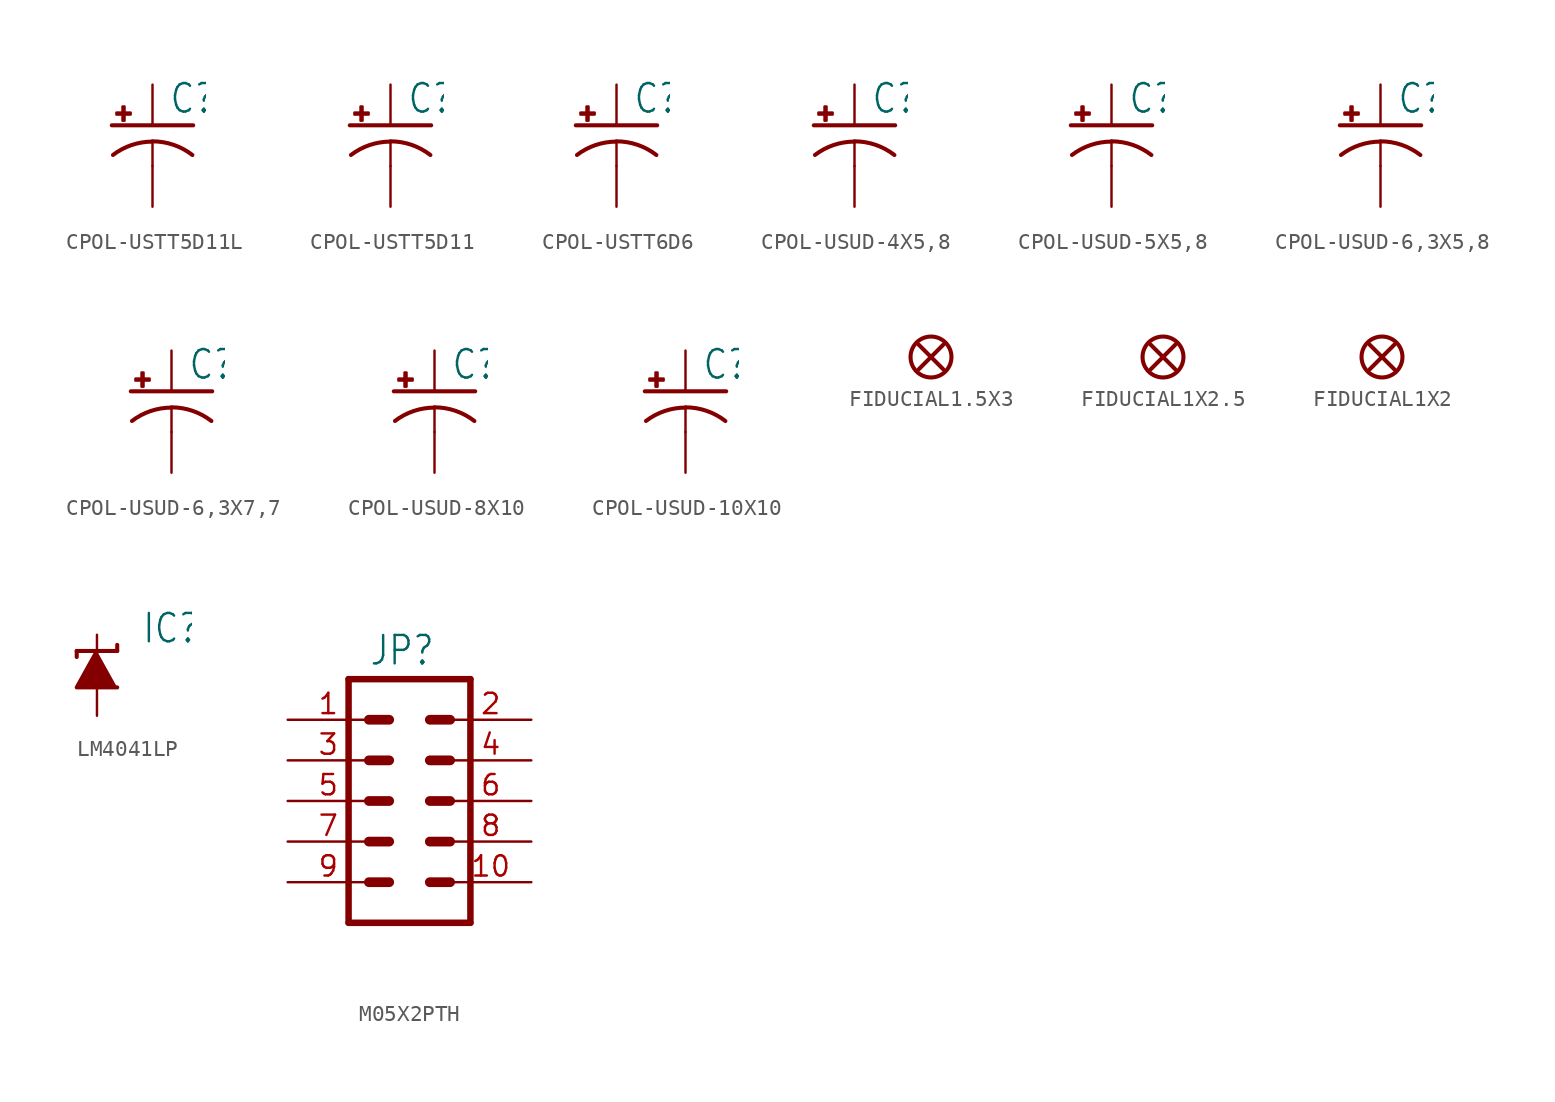
<source format=kicad_sym>
(kicad_symbol_lib
  (version 20231120)
  (generator "kicad_symbol_editor")
  (generator_version "8.0")
  (symbol "CPOL-USTT5D11L"
    (property "Reference" "C"
      (at 1.016 0.635 0)
      (effects (font (size 1.778 1.511)) (justify left bottom)))
    (property "Value" ""
      (at 1.016 -4.191 0)
      (effects (font (size 1.778 1.511)) (justify left bottom)))
    (property "ki_locked" ""
      (at 0 0 0)
      (effects (font (size 1.27 1.27))))
    (symbol "CPOL-USTT5D11L_1_0"
      (rectangle (start -2.253 0.668) (end -1.364 0.795) (stroke (width 0) (type default)) (fill (type outline)))
      (rectangle (start -1.872 0.287) (end -1.745 1.176) (stroke (width 0) (type default)) (fill (type outline)))
      (arc (start 0 -1.0161) (mid -1.3021 -1.2303) (end -2.4669 -1.8504) (stroke (width 0.254) (type solid)) (fill (type none)))
      (polyline (pts (xy -2.54 0) (xy 2.54 0)) (stroke (width 0.254) (type solid)) (fill (type none)))
      (polyline (pts (xy 0 -1.016) (xy 0 -2.54)) (stroke (width 0.152) (type solid)) (fill (type none)))
      (arc (start 2.4892 -1.8541) (mid 1.3158 -1.2194) (end 0 -1) (stroke (width 0.254) (type solid)) (fill (type none)))
      (pin passive line (at 0 2.54 270) (length 2.54) (name "+" (effects (font (size 0 0)))) (number "+" (effects (font (size 0 0)))))
      (pin passive line (at 0 -5.08 90) (length 2.54) (name "-" (effects (font (size 0 0)))) (number "-" (effects (font (size 0 0)))))))
  (symbol "CPOL-USTT5D11"
    (property "Reference" "C"
      (at 1.016 0.635 0)
      (effects (font (size 1.778 1.511)) (justify left bottom)))
    (property "Value" ""
      (at 1.016 -4.191 0)
      (effects (font (size 1.778 1.511)) (justify left bottom)))
    (property "ki_locked" ""
      (at 0 0 0)
      (effects (font (size 1.27 1.27))))
    (symbol "CPOL-USTT5D11_1_0"
      (rectangle (start -2.253 0.668) (end -1.364 0.795) (stroke (width 0) (type default)) (fill (type outline)))
      (rectangle (start -1.872 0.287) (end -1.745 1.176) (stroke (width 0) (type default)) (fill (type outline)))
      (arc (start 0 -1.0161) (mid -1.3021 -1.2303) (end -2.4669 -1.8504) (stroke (width 0.254) (type solid)) (fill (type none)))
      (polyline (pts (xy -2.54 0) (xy 2.54 0)) (stroke (width 0.254) (type solid)) (fill (type none)))
      (polyline (pts (xy 0 -1.016) (xy 0 -2.54)) (stroke (width 0.152) (type solid)) (fill (type none)))
      (arc (start 2.4892 -1.8541) (mid 1.3158 -1.2194) (end 0 -1) (stroke (width 0.254) (type solid)) (fill (type none)))
      (pin passive line (at 0 2.54 270) (length 2.54) (name "+" (effects (font (size 0 0)))) (number "+" (effects (font (size 0 0)))))
      (pin passive line (at 0 -5.08 90) (length 2.54) (name "-" (effects (font (size 0 0)))) (number "-" (effects (font (size 0 0)))))))
  (symbol "CPOL-USTT6D6"
    (property "Reference" "C"
      (at 1.016 0.635 0)
      (effects (font (size 1.778 1.511)) (justify left bottom)))
    (property "Value" ""
      (at 1.016 -4.191 0)
      (effects (font (size 1.778 1.511)) (justify left bottom)))
    (property "ki_locked" ""
      (at 0 0 0)
      (effects (font (size 1.27 1.27))))
    (symbol "CPOL-USTT6D6_1_0"
      (rectangle (start -2.253 0.668) (end -1.364 0.795) (stroke (width 0) (type default)) (fill (type outline)))
      (rectangle (start -1.872 0.287) (end -1.745 1.176) (stroke (width 0) (type default)) (fill (type outline)))
      (arc (start 0 -1.0161) (mid -1.3021 -1.2303) (end -2.4669 -1.8504) (stroke (width 0.254) (type solid)) (fill (type none)))
      (polyline (pts (xy -2.54 0) (xy 2.54 0)) (stroke (width 0.254) (type solid)) (fill (type none)))
      (polyline (pts (xy 0 -1.016) (xy 0 -2.54)) (stroke (width 0.152) (type solid)) (fill (type none)))
      (arc (start 2.4892 -1.8541) (mid 1.3158 -1.2194) (end 0 -1) (stroke (width 0.254) (type solid)) (fill (type none)))
      (pin passive line (at 0 2.54 270) (length 2.54) (name "+" (effects (font (size 0 0)))) (number "+" (effects (font (size 0 0)))))
      (pin passive line (at 0 -5.08 90) (length 2.54) (name "-" (effects (font (size 0 0)))) (number "-" (effects (font (size 0 0)))))))
  (symbol "CPOL-USUD-4X5,8"
    (property "Reference" "C"
      (at 1.016 0.635 0)
      (effects (font (size 1.778 1.511)) (justify left bottom)))
    (property "Value" ""
      (at 1.016 -4.191 0)
      (effects (font (size 1.778 1.511)) (justify left bottom)))
    (property "ki_locked" ""
      (at 0 0 0)
      (effects (font (size 1.27 1.27))))
    (symbol "CPOL-USUD-4X5,8_1_0"
      (rectangle (start -2.253 0.668) (end -1.364 0.795) (stroke (width 0) (type default)) (fill (type outline)))
      (rectangle (start -1.872 0.287) (end -1.745 1.176) (stroke (width 0) (type default)) (fill (type outline)))
      (arc (start 0 -1.0161) (mid -1.3021 -1.2303) (end -2.4669 -1.8504) (stroke (width 0.254) (type solid)) (fill (type none)))
      (polyline (pts (xy -2.54 0) (xy 2.54 0)) (stroke (width 0.254) (type solid)) (fill (type none)))
      (polyline (pts (xy 0 -1.016) (xy 0 -2.54)) (stroke (width 0.152) (type solid)) (fill (type none)))
      (arc (start 2.4892 -1.8541) (mid 1.3158 -1.2194) (end 0 -1) (stroke (width 0.254) (type solid)) (fill (type none)))
      (pin passive line (at 0 2.54 270) (length 2.54) (name "+" (effects (font (size 0 0)))) (number "+" (effects (font (size 0 0)))))
      (pin passive line (at 0 -5.08 90) (length 2.54) (name "-" (effects (font (size 0 0)))) (number "-" (effects (font (size 0 0)))))))
  (symbol "CPOL-USUD-5X5,8"
    (property "Reference" "C"
      (at 1.016 0.635 0)
      (effects (font (size 1.778 1.511)) (justify left bottom)))
    (property "Value" ""
      (at 1.016 -4.191 0)
      (effects (font (size 1.778 1.511)) (justify left bottom)))
    (property "ki_locked" ""
      (at 0 0 0)
      (effects (font (size 1.27 1.27))))
    (symbol "CPOL-USUD-5X5,8_1_0"
      (rectangle (start -2.253 0.668) (end -1.364 0.795) (stroke (width 0) (type default)) (fill (type outline)))
      (rectangle (start -1.872 0.287) (end -1.745 1.176) (stroke (width 0) (type default)) (fill (type outline)))
      (arc (start 0 -1.0161) (mid -1.3021 -1.2303) (end -2.4669 -1.8504) (stroke (width 0.254) (type solid)) (fill (type none)))
      (polyline (pts (xy -2.54 0) (xy 2.54 0)) (stroke (width 0.254) (type solid)) (fill (type none)))
      (polyline (pts (xy 0 -1.016) (xy 0 -2.54)) (stroke (width 0.152) (type solid)) (fill (type none)))
      (arc (start 2.4892 -1.8541) (mid 1.3158 -1.2194) (end 0 -1) (stroke (width 0.254) (type solid)) (fill (type none)))
      (pin passive line (at 0 2.54 270) (length 2.54) (name "+" (effects (font (size 0 0)))) (number "+" (effects (font (size 0 0)))))
      (pin passive line (at 0 -5.08 90) (length 2.54) (name "-" (effects (font (size 0 0)))) (number "-" (effects (font (size 0 0)))))))
  (symbol "CPOL-USUD-6,3X5,8"
    (property "Reference" "C"
      (at 1.016 0.635 0)
      (effects (font (size 1.778 1.511)) (justify left bottom)))
    (property "Value" ""
      (at 1.016 -4.191 0)
      (effects (font (size 1.778 1.511)) (justify left bottom)))
    (property "ki_locked" ""
      (at 0 0 0)
      (effects (font (size 1.27 1.27))))
    (symbol "CPOL-USUD-6,3X5,8_1_0"
      (rectangle (start -2.253 0.668) (end -1.364 0.795) (stroke (width 0) (type default)) (fill (type outline)))
      (rectangle (start -1.872 0.287) (end -1.745 1.176) (stroke (width 0) (type default)) (fill (type outline)))
      (arc (start 0 -1.0161) (mid -1.3021 -1.2303) (end -2.4669 -1.8504) (stroke (width 0.254) (type solid)) (fill (type none)))
      (polyline (pts (xy -2.54 0) (xy 2.54 0)) (stroke (width 0.254) (type solid)) (fill (type none)))
      (polyline (pts (xy 0 -1.016) (xy 0 -2.54)) (stroke (width 0.152) (type solid)) (fill (type none)))
      (arc (start 2.4892 -1.8541) (mid 1.3158 -1.2194) (end 0 -1) (stroke (width 0.254) (type solid)) (fill (type none)))
      (pin passive line (at 0 2.54 270) (length 2.54) (name "+" (effects (font (size 0 0)))) (number "+" (effects (font (size 0 0)))))
      (pin passive line (at 0 -5.08 90) (length 2.54) (name "-" (effects (font (size 0 0)))) (number "-" (effects (font (size 0 0)))))))
  (symbol "CPOL-USUD-6,3X7,7"
    (property "Reference" "C"
      (at 1.016 0.635 0)
      (effects (font (size 1.778 1.511)) (justify left bottom)))
    (property "Value" ""
      (at 1.016 -4.191 0)
      (effects (font (size 1.778 1.511)) (justify left bottom)))
    (property "ki_locked" ""
      (at 0 0 0)
      (effects (font (size 1.27 1.27))))
    (symbol "CPOL-USUD-6,3X7,7_1_0"
      (rectangle (start -2.253 0.668) (end -1.364 0.795) (stroke (width 0) (type default)) (fill (type outline)))
      (rectangle (start -1.872 0.287) (end -1.745 1.176) (stroke (width 0) (type default)) (fill (type outline)))
      (arc (start 0 -1.0161) (mid -1.3021 -1.2303) (end -2.4669 -1.8504) (stroke (width 0.254) (type solid)) (fill (type none)))
      (polyline (pts (xy -2.54 0) (xy 2.54 0)) (stroke (width 0.254) (type solid)) (fill (type none)))
      (polyline (pts (xy 0 -1.016) (xy 0 -2.54)) (stroke (width 0.152) (type solid)) (fill (type none)))
      (arc (start 2.4892 -1.8541) (mid 1.3158 -1.2194) (end 0 -1) (stroke (width 0.254) (type solid)) (fill (type none)))
      (pin passive line (at 0 2.54 270) (length 2.54) (name "+" (effects (font (size 0 0)))) (number "+" (effects (font (size 0 0)))))
      (pin passive line (at 0 -5.08 90) (length 2.54) (name "-" (effects (font (size 0 0)))) (number "-" (effects (font (size 0 0)))))))
  (symbol "CPOL-USUD-8X10"
    (property "Reference" "C"
      (at 1.016 0.635 0)
      (effects (font (size 1.778 1.511)) (justify left bottom)))
    (property "Value" ""
      (at 1.016 -4.191 0)
      (effects (font (size 1.778 1.511)) (justify left bottom)))
    (property "ki_locked" ""
      (at 0 0 0)
      (effects (font (size 1.27 1.27))))
    (symbol "CPOL-USUD-8X10_1_0"
      (rectangle (start -2.253 0.668) (end -1.364 0.795) (stroke (width 0) (type default)) (fill (type outline)))
      (rectangle (start -1.872 0.287) (end -1.745 1.176) (stroke (width 0) (type default)) (fill (type outline)))
      (arc (start 0 -1.0161) (mid -1.3021 -1.2303) (end -2.4669 -1.8504) (stroke (width 0.254) (type solid)) (fill (type none)))
      (polyline (pts (xy -2.54 0) (xy 2.54 0)) (stroke (width 0.254) (type solid)) (fill (type none)))
      (polyline (pts (xy 0 -1.016) (xy 0 -2.54)) (stroke (width 0.152) (type solid)) (fill (type none)))
      (arc (start 2.4892 -1.8541) (mid 1.3158 -1.2194) (end 0 -1) (stroke (width 0.254) (type solid)) (fill (type none)))
      (pin passive line (at 0 2.54 270) (length 2.54) (name "+" (effects (font (size 0 0)))) (number "+" (effects (font (size 0 0)))))
      (pin passive line (at 0 -5.08 90) (length 2.54) (name "-" (effects (font (size 0 0)))) (number "-" (effects (font (size 0 0)))))))
  (symbol "CPOL-USUD-10X10"
    (property "Reference" "C"
      (at 1.016 0.635 0)
      (effects (font (size 1.778 1.511)) (justify left bottom)))
    (property "Value" ""
      (at 1.016 -4.191 0)
      (effects (font (size 1.778 1.511)) (justify left bottom)))
    (property "ki_locked" ""
      (at 0 0 0)
      (effects (font (size 1.27 1.27))))
    (symbol "CPOL-USUD-10X10_1_0"
      (rectangle (start -2.253 0.668) (end -1.364 0.795) (stroke (width 0) (type default)) (fill (type outline)))
      (rectangle (start -1.872 0.287) (end -1.745 1.176) (stroke (width 0) (type default)) (fill (type outline)))
      (arc (start 0 -1.0161) (mid -1.3021 -1.2303) (end -2.4669 -1.8504) (stroke (width 0.254) (type solid)) (fill (type none)))
      (polyline (pts (xy -2.54 0) (xy 2.54 0)) (stroke (width 0.254) (type solid)) (fill (type none)))
      (polyline (pts (xy 0 -1.016) (xy 0 -2.54)) (stroke (width 0.152) (type solid)) (fill (type none)))
      (arc (start 2.4892 -1.8541) (mid 1.3158 -1.2194) (end 0 -1) (stroke (width 0.254) (type solid)) (fill (type none)))
      (pin passive line (at 0 2.54 270) (length 2.54) (name "+" (effects (font (size 0 0)))) (number "+" (effects (font (size 0 0)))))
      (pin passive line (at 0 -5.08 90) (length 2.54) (name "-" (effects (font (size 0 0)))) (number "-" (effects (font (size 0 0)))))))
  (symbol "FIDUCIAL1.5X3"
    (property "Reference" "JP"
      (at 0 0 0)
      (effects (font (size 1.27 1.27)) (hide yes)))
    (property "ki_locked" ""
      (at 0 0 0)
      (effects (font (size 1.27 1.27))))
    (symbol "FIDUCIAL1.5X3_1_0"
      (polyline (pts (xy -0.762 0.762) (xy 0.762 -0.762)) (stroke (width 0.254) (type solid)) (fill (type none)))
      (polyline (pts (xy 0.762 0.762) (xy -0.762 -0.762)) (stroke (width 0.254) (type solid)) (fill (type none)))
      (circle (center 0 0) (radius 1.27) (stroke (width 0.254) (type solid)) (fill (type none)))))
  (symbol "FIDUCIAL1X2.5"
    (property "Reference" "JP"
      (at 0 0 0)
      (effects (font (size 1.27 1.27)) (hide yes)))
    (property "ki_locked" ""
      (at 0 0 0)
      (effects (font (size 1.27 1.27))))
    (symbol "FIDUCIAL1X2.5_1_0"
      (polyline (pts (xy -0.762 0.762) (xy 0.762 -0.762)) (stroke (width 0.254) (type solid)) (fill (type none)))
      (polyline (pts (xy 0.762 0.762) (xy -0.762 -0.762)) (stroke (width 0.254) (type solid)) (fill (type none)))
      (circle (center 0 0) (radius 1.27) (stroke (width 0.254) (type solid)) (fill (type none)))))
  (symbol "FIDUCIAL1X2"
    (property "Reference" "JP"
      (at 0 0 0)
      (effects (font (size 1.27 1.27)) (hide yes)))
    (property "ki_locked" ""
      (at 0 0 0)
      (effects (font (size 1.27 1.27))))
    (symbol "FIDUCIAL1X2_1_0"
      (polyline (pts (xy -0.762 0.762) (xy 0.762 -0.762)) (stroke (width 0.254) (type solid)) (fill (type none)))
      (polyline (pts (xy 0.762 0.762) (xy -0.762 -0.762)) (stroke (width 0.254) (type solid)) (fill (type none)))
      (circle (center 0 0) (radius 1.27) (stroke (width 0.254) (type solid)) (fill (type none)))))
  (symbol "LM4041LP"
    (property "Reference" "IC"
      (at 2.794 1.905 0)
      (effects (font (size 1.778 1.511)) (justify left bottom)))
    (property "Value" ""
      (at 2.794 -0.889 0)
      (effects (font (size 1.778 1.511)) (justify left bottom)))
    (property "ki_locked" ""
      (at 0 0 0)
      (effects (font (size 1.27 1.27))))
    (symbol "LM4041LP_1_0"
      (polyline (pts (xy -1.27 1.524) (xy -1.27 1.143)) (stroke (width 0.254) (type solid)) (fill (type none)))
      (polyline (pts (xy 0 1.524) (xy -1.27 1.524)) (stroke (width 0.254) (type solid)) (fill (type none)))
      (polyline (pts (xy 1.27 1.524) (xy 0 1.524)) (stroke (width 0.254) (type solid)) (fill (type none)))
      (polyline (pts (xy 1.27 1.905) (xy 1.27 1.524)) (stroke (width 0.254) (type solid)) (fill (type none)))
      (polyline (pts (xy 0 1.524) (xy -1.27 -0.762) (xy 1.27 -0.762)) (stroke (width 0.254) (type solid)) (fill (type outline)))
      (pin passive line (at 0 2.54 270) (length 2.54) (name "C" (effects (font (size 0 0)))) (number "2" (effects (font (size 0 0)))))
      (pin passive line (at 0 -2.54 90) (length 2.54) (name "A" (effects (font (size 0 0)))) (number "3" (effects (font (size 0 0)))))))
  (symbol "M05X2PTH"
    (property "Reference" "JP"
      (at -2.54 8.382 0)
      (effects (font (size 1.778 1.511)) (justify left bottom)))
    (property "Value" ""
      (at -2.54 -10.16 0)
      (effects (font (size 1.778 1.511)) (justify left bottom)))
    (property "ki_locked" ""
      (at 0 0 0)
      (effects (font (size 1.27 1.27))))
    (symbol "M05X2PTH_1_0"
      (polyline (pts (xy -3.81 7.62) (xy -3.81 -7.62)) (stroke (width 0.406) (type solid)) (fill (type none)))
      (polyline (pts (xy -3.81 7.62) (xy 3.81 7.62)) (stroke (width 0.406) (type solid)) (fill (type none)))
      (polyline (pts (xy -1.27 -5.08) (xy -2.54 -5.08)) (stroke (width 0.61) (type solid)) (fill (type none)))
      (polyline (pts (xy -1.27 -2.54) (xy -2.54 -2.54)) (stroke (width 0.61) (type solid)) (fill (type none)))
      (polyline (pts (xy -1.27 0) (xy -2.54 0)) (stroke (width 0.61) (type solid)) (fill (type none)))
      (polyline (pts (xy -1.27 2.54) (xy -2.54 2.54)) (stroke (width 0.61) (type solid)) (fill (type none)))
      (polyline (pts (xy -1.27 5.08) (xy -2.54 5.08)) (stroke (width 0.61) (type solid)) (fill (type none)))
      (polyline (pts (xy 1.27 -5.08) (xy 2.54 -5.08)) (stroke (width 0.61) (type solid)) (fill (type none)))
      (polyline (pts (xy 1.27 -2.54) (xy 2.54 -2.54)) (stroke (width 0.61) (type solid)) (fill (type none)))
      (polyline (pts (xy 1.27 0) (xy 2.54 0)) (stroke (width 0.61) (type solid)) (fill (type none)))
      (polyline (pts (xy 1.27 2.54) (xy 2.54 2.54)) (stroke (width 0.61) (type solid)) (fill (type none)))
      (polyline (pts (xy 1.27 5.08) (xy 2.54 5.08)) (stroke (width 0.61) (type solid)) (fill (type none)))
      (polyline (pts (xy 3.81 -7.62) (xy -3.81 -7.62)) (stroke (width 0.406) (type solid)) (fill (type none)))
      (polyline (pts (xy 3.81 -7.62) (xy 3.81 7.62)) (stroke (width 0.406) (type solid)) (fill (type none)))
      (pin passive line (at -7.62 5.08 0) (length 5.08) (name "1" (effects (font (size 0 0)))) (number "1" (effects (font (size 1.27 1.27)))))
      (pin passive line (at 7.62 -5.08 180) (length 5.08) (name "10" (effects (font (size 0 0)))) (number "10" (effects (font (size 1.27 1.27)))))
      (pin passive line (at 7.62 5.08 180) (length 5.08) (name "2" (effects (font (size 0 0)))) (number "2" (effects (font (size 1.27 1.27)))))
      (pin passive line (at -7.62 2.54 0) (length 5.08) (name "3" (effects (font (size 0 0)))) (number "3" (effects (font (size 1.27 1.27)))))
      (pin passive line (at 7.62 2.54 180) (length 5.08) (name "4" (effects (font (size 0 0)))) (number "4" (effects (font (size 1.27 1.27)))))
      (pin passive line (at -7.62 0 0) (length 5.08) (name "5" (effects (font (size 0 0)))) (number "5" (effects (font (size 1.27 1.27)))))
      (pin passive line (at 7.62 0 180) (length 5.08) (name "6" (effects (font (size 0 0)))) (number "6" (effects (font (size 1.27 1.27)))))
      (pin passive line (at -7.62 -2.54 0) (length 5.08) (name "7" (effects (font (size 0 0)))) (number "7" (effects (font (size 1.27 1.27)))))
      (pin passive line (at 7.62 -2.54 180) (length 5.08) (name "8" (effects (font (size 0 0)))) (number "8" (effects (font (size 1.27 1.27)))))
      (pin passive line (at -7.62 -5.08 0) (length 5.08) (name "9" (effects (font (size 0 0)))) (number "9" (effects (font (size 1.27 1.27))))))))
</source>
